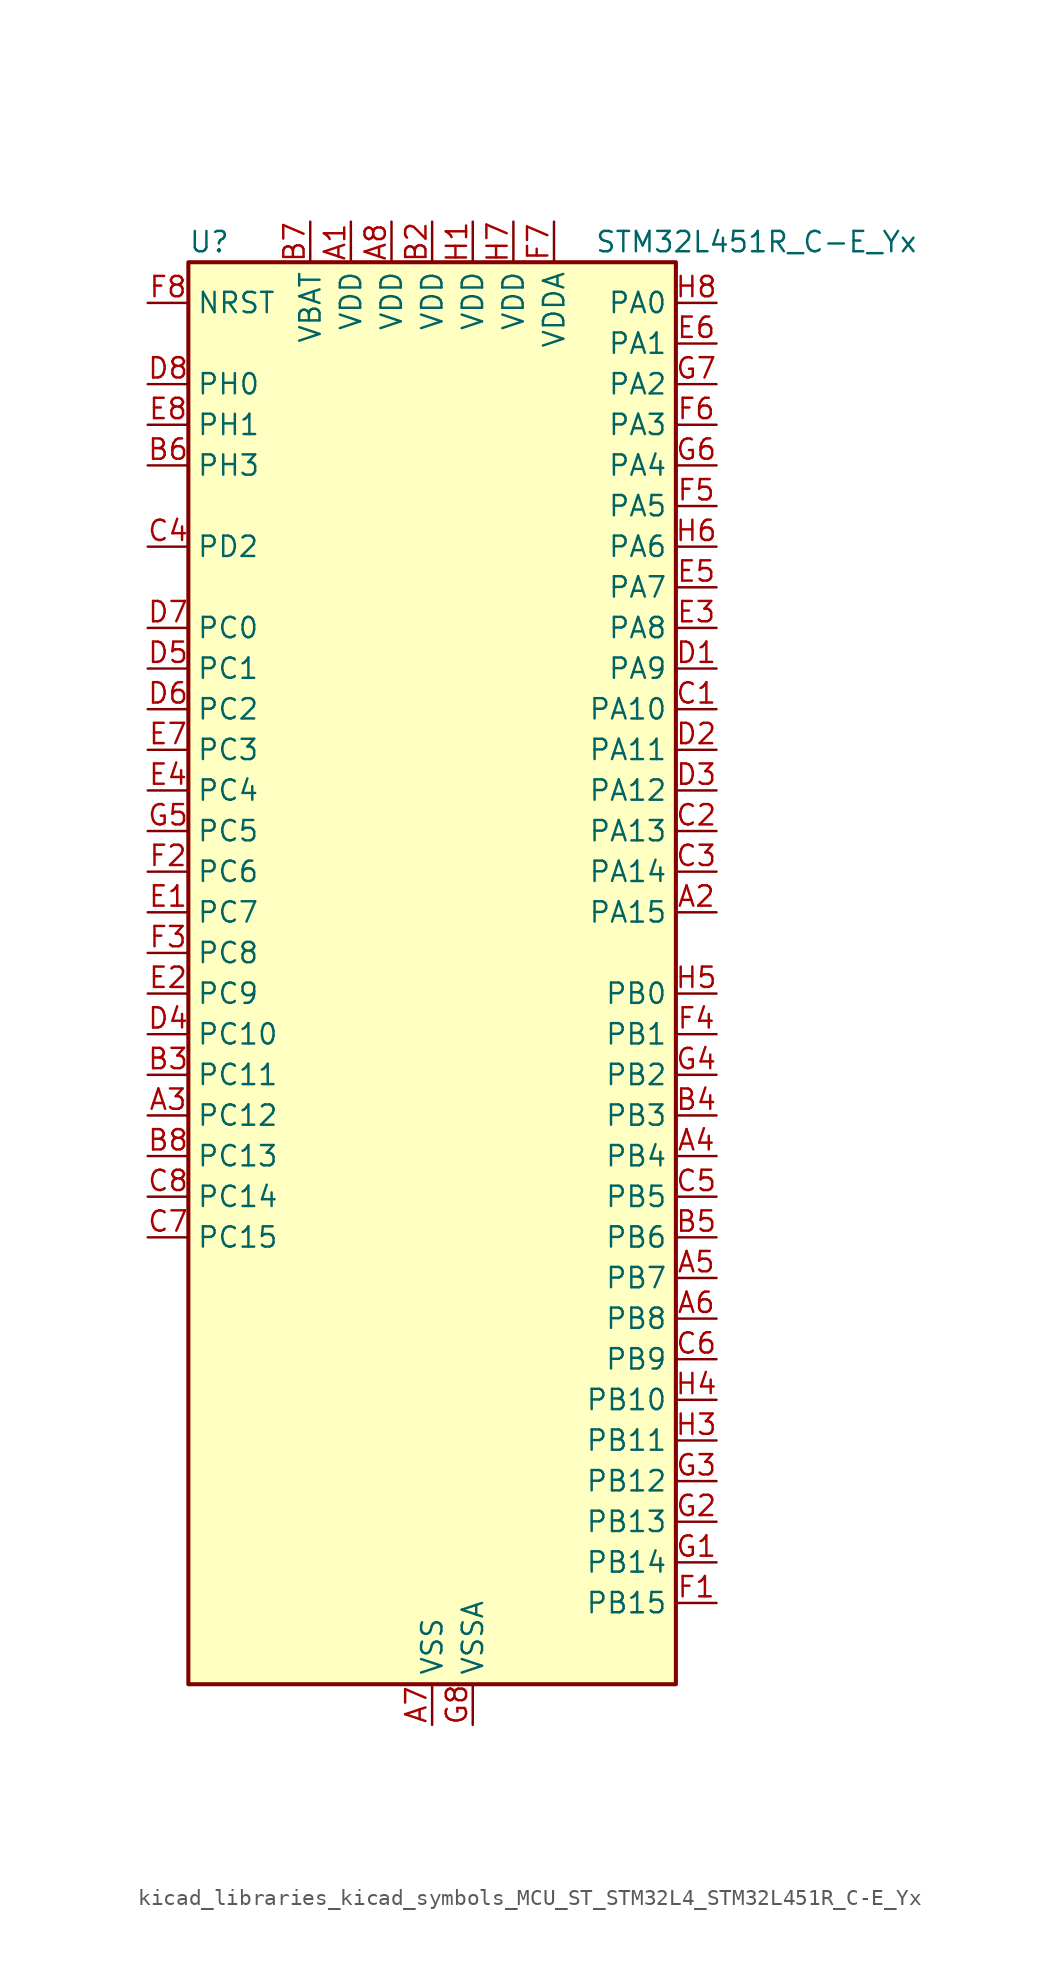
<source format=kicad_sym>
(kicad_symbol_lib
  (version 20220914)
  (generator kicad_symbol_editor)
  (symbol "kicad_libraries_kicad_symbols_MCU_ST_STM32L4_STM32L451R_C-E_Yx"
    (property "Reference" "U"
      (at -15.24 46.99 0)
      (effects (font (size 1.27 1.27)) (justify left)))
    (property "Value" "STM32L451R_C-E_Yx"
      (at 10.16 46.99 0)
      (effects (font (size 1.27 1.27)) (justify left)))
    (property "ki_locked" ""
      (at 0 0 0)
      (effects (font (size 1.27 1.27))))
    (symbol "kicad_libraries_kicad_symbols_MCU_ST_STM32L4_STM32L451R_C-E_Yx_0_1"
      (rectangle (start -15.24 -43.18) (end 15.24 45.72) (stroke (width 0.254) (type default)) (fill (type background))))
    (symbol "kicad_libraries_kicad_symbols_MCU_ST_STM32L4_STM32L451R_C-E_Yx_1_1"
      (pin power_in line (at -5.08 48.26 270) (length 2.54) (name "VDD" (effects (font (size 1.27 1.27)))) (number "A1" (effects (font (size 1.27 1.27)))))
      (pin bidirectional line (at 17.78 5.08 180) (length 2.54) (name "PA15" (effects (font (size 1.27 1.27)))) (number "A2" (effects (font (size 1.27 1.27)))) (alternate "ADC1_EXTI15" bidirectional line) (alternate "SPI1_NSS" bidirectional line) (alternate "SPI3_NSS" bidirectional line) (alternate "SYS_JTDI" bidirectional line) (alternate "TIM2_CH1" bidirectional line) (alternate "TIM2_ETR" bidirectional line) (alternate "TSC_G3_IO1" bidirectional line) (alternate "UART4_DE" bidirectional line) (alternate "UART4_RTS" bidirectional line) (alternate "USART2_RX" bidirectional line) (alternate "USART3_DE" bidirectional line) (alternate "USART3_RTS" bidirectional line))
      (pin bidirectional line (at -17.78 -7.62 0) (length 2.54) (name "PC12" (effects (font (size 1.27 1.27)))) (number "A3" (effects (font (size 1.27 1.27)))) (alternate "SDMMC1_CK" bidirectional line) (alternate "SPI3_MOSI" bidirectional line) (alternate "SYS_TRACED3" bidirectional line) (alternate "TSC_G3_IO4" bidirectional line) (alternate "USART3_CK" bidirectional line))
      (pin bidirectional line (at 17.78 -10.16 180) (length 2.54) (name "PB4" (effects (font (size 1.27 1.27)))) (number "A4" (effects (font (size 1.27 1.27)))) (alternate "COMP2_INP" bidirectional line) (alternate "I2C3_SDA" bidirectional line) (alternate "SAI1_MCLK_B" bidirectional line) (alternate "SPI1_MISO" bidirectional line) (alternate "SPI3_MISO" bidirectional line) (alternate "SYS_JTRST" bidirectional line) (alternate "TIM3_CH1" bidirectional line) (alternate "TSC_G2_IO1" bidirectional line) (alternate "USART1_CTS" bidirectional line))
      (pin bidirectional line (at 17.78 -17.78 180) (length 2.54) (name "PB7" (effects (font (size 1.27 1.27)))) (number "A5" (effects (font (size 1.27 1.27)))) (alternate "COMP2_INM" bidirectional line) (alternate "I2C1_SDA" bidirectional line) (alternate "I2C4_SDA" bidirectional line) (alternate "LPTIM1_IN2" bidirectional line) (alternate "SYS_PVD_IN" bidirectional line) (alternate "TSC_G2_IO4" bidirectional line) (alternate "UART4_CTS" bidirectional line) (alternate "USART1_RX" bidirectional line))
      (pin bidirectional line (at 17.78 -20.32 180) (length 2.54) (name "PB8" (effects (font (size 1.27 1.27)))) (number "A6" (effects (font (size 1.27 1.27)))) (alternate "CAN1_RX" bidirectional line) (alternate "I2C1_SCL" bidirectional line) (alternate "SAI1_MCLK_A" bidirectional line) (alternate "SDMMC1_D4" bidirectional line) (alternate "TIM16_CH1" bidirectional line))
      (pin power_in line (at 0 -45.72 90) (length 2.54) (name "VSS" (effects (font (size 1.27 1.27)))) (number "A7" (effects (font (size 1.27 1.27)))))
      (pin power_in line (at -2.54 48.26 270) (length 2.54) (name "VDD" (effects (font (size 1.27 1.27)))) (number "A8" (effects (font (size 1.27 1.27)))))
      (pin passive line (at 0 -45.72 90) (length 2.54) hide (name "VSS" (effects (font (size 1.27 1.27)))) (number "B1" (effects (font (size 1.27 1.27)))))
      (pin power_in line (at 0 48.26 270) (length 2.54) (name "VDD" (effects (font (size 1.27 1.27)))) (number "B2" (effects (font (size 1.27 1.27)))))
      (pin bidirectional line (at -17.78 -5.08 0) (length 2.54) (name "PC11" (effects (font (size 1.27 1.27)))) (number "B3" (effects (font (size 1.27 1.27)))) (alternate "ADC1_EXTI11" bidirectional line) (alternate "SDMMC1_D3" bidirectional line) (alternate "SPI3_MISO" bidirectional line) (alternate "TSC_G3_IO3" bidirectional line) (alternate "UART4_RX" bidirectional line) (alternate "USART3_RX" bidirectional line))
      (pin bidirectional line (at 17.78 -7.62 180) (length 2.54) (name "PB3" (effects (font (size 1.27 1.27)))) (number "B4" (effects (font (size 1.27 1.27)))) (alternate "COMP2_INM" bidirectional line) (alternate "SAI1_SCK_B" bidirectional line) (alternate "SPI1_SCK" bidirectional line) (alternate "SPI3_SCK" bidirectional line) (alternate "SYS_JTDO-SWO" bidirectional line) (alternate "TIM2_CH2" bidirectional line) (alternate "USART1_DE" bidirectional line) (alternate "USART1_RTS" bidirectional line))
      (pin bidirectional line (at 17.78 -15.24 180) (length 2.54) (name "PB6" (effects (font (size 1.27 1.27)))) (number "B5" (effects (font (size 1.27 1.27)))) (alternate "CAN1_TX" bidirectional line) (alternate "COMP2_INP" bidirectional line) (alternate "I2C1_SCL" bidirectional line) (alternate "I2C4_SCL" bidirectional line) (alternate "LPTIM1_ETR" bidirectional line) (alternate "SAI1_FS_B" bidirectional line) (alternate "TIM16_CH1N" bidirectional line) (alternate "TSC_G2_IO3" bidirectional line) (alternate "USART1_TX" bidirectional line))
      (pin bidirectional line (at -17.78 33.02 0) (length 2.54) (name "PH3" (effects (font (size 1.27 1.27)))) (number "B6" (effects (font (size 1.27 1.27)))))
      (pin power_in line (at -7.62 48.26 270) (length 2.54) (name "VBAT" (effects (font (size 1.27 1.27)))) (number "B7" (effects (font (size 1.27 1.27)))))
      (pin bidirectional line (at -17.78 -10.16 0) (length 2.54) (name "PC13" (effects (font (size 1.27 1.27)))) (number "B8" (effects (font (size 1.27 1.27)))) (alternate "RTC_OUT_ALARM" bidirectional line) (alternate "RTC_OUT_CALIB" bidirectional line) (alternate "RTC_TAMP1" bidirectional line) (alternate "RTC_TS" bidirectional line) (alternate "SYS_WKUP2" bidirectional line))
      (pin bidirectional line (at 17.78 17.78 180) (length 2.54) (name "PA10" (effects (font (size 1.27 1.27)))) (number "C1" (effects (font (size 1.27 1.27)))) (alternate "I2C1_SDA" bidirectional line) (alternate "SAI1_SD_A" bidirectional line) (alternate "TIM1_CH3" bidirectional line) (alternate "USART1_RX" bidirectional line))
      (pin bidirectional line (at 17.78 10.16 180) (length 2.54) (name "PA13" (effects (font (size 1.27 1.27)))) (number "C2" (effects (font (size 1.27 1.27)))) (alternate "IR_OUT" bidirectional line) (alternate "SAI1_SD_B" bidirectional line) (alternate "SYS_JTMS-SWDIO" bidirectional line))
      (pin bidirectional line (at 17.78 7.62 180) (length 2.54) (name "PA14" (effects (font (size 1.27 1.27)))) (number "C3" (effects (font (size 1.27 1.27)))) (alternate "I2C1_SMBA" bidirectional line) (alternate "I2C4_SMBA" bidirectional line) (alternate "LPTIM1_OUT" bidirectional line) (alternate "SAI1_FS_B" bidirectional line) (alternate "SYS_JTCK-SWCLK" bidirectional line))
      (pin bidirectional line (at -17.78 27.94 0) (length 2.54) (name "PD2" (effects (font (size 1.27 1.27)))) (number "C4" (effects (font (size 1.27 1.27)))) (alternate "SDMMC1_CMD" bidirectional line) (alternate "SYS_TRACED2" bidirectional line) (alternate "TIM3_ETR" bidirectional line) (alternate "TSC_SYNC" bidirectional line) (alternate "USART3_DE" bidirectional line) (alternate "USART3_RTS" bidirectional line))
      (pin bidirectional line (at 17.78 -12.7 180) (length 2.54) (name "PB5" (effects (font (size 1.27 1.27)))) (number "C5" (effects (font (size 1.27 1.27)))) (alternate "CAN1_RX" bidirectional line) (alternate "COMP2_OUT" bidirectional line) (alternate "I2C1_SMBA" bidirectional line) (alternate "LPTIM1_IN1" bidirectional line) (alternate "SAI1_SD_B" bidirectional line) (alternate "SPI1_MOSI" bidirectional line) (alternate "SPI3_MOSI" bidirectional line) (alternate "TIM16_BKIN" bidirectional line) (alternate "TIM3_CH2" bidirectional line) (alternate "TSC_G2_IO2" bidirectional line) (alternate "USART1_CK" bidirectional line))
      (pin bidirectional line (at 17.78 -22.86 180) (length 2.54) (name "PB9" (effects (font (size 1.27 1.27)))) (number "C6" (effects (font (size 1.27 1.27)))) (alternate "CAN1_TX" bidirectional line) (alternate "DAC1_EXTI9" bidirectional line) (alternate "I2C1_SDA" bidirectional line) (alternate "IR_OUT" bidirectional line) (alternate "SAI1_FS_A" bidirectional line) (alternate "SDMMC1_D5" bidirectional line) (alternate "SPI2_NSS" bidirectional line))
      (pin bidirectional line (at -17.78 -15.24 0) (length 2.54) (name "PC15" (effects (font (size 1.27 1.27)))) (number "C7" (effects (font (size 1.27 1.27)))) (alternate "ADC1_EXTI15" bidirectional line) (alternate "RCC_OSC32_OUT" bidirectional line))
      (pin bidirectional line (at -17.78 -12.7 0) (length 2.54) (name "PC14" (effects (font (size 1.27 1.27)))) (number "C8" (effects (font (size 1.27 1.27)))) (alternate "RCC_OSC32_IN" bidirectional line))
      (pin bidirectional line (at 17.78 20.32 180) (length 2.54) (name "PA9" (effects (font (size 1.27 1.27)))) (number "D1" (effects (font (size 1.27 1.27)))) (alternate "DAC1_EXTI9" bidirectional line) (alternate "DFSDM1_DATIN1" bidirectional line) (alternate "I2C1_SCL" bidirectional line) (alternate "SAI1_FS_A" bidirectional line) (alternate "TIM15_BKIN" bidirectional line) (alternate "TIM1_CH2" bidirectional line) (alternate "USART1_TX" bidirectional line))
      (pin bidirectional line (at 17.78 15.24 180) (length 2.54) (name "PA11" (effects (font (size 1.27 1.27)))) (number "D2" (effects (font (size 1.27 1.27)))) (alternate "ADC1_EXTI11" bidirectional line) (alternate "CAN1_RX" bidirectional line) (alternate "COMP1_OUT" bidirectional line) (alternate "SPI1_MISO" bidirectional line) (alternate "TIM1_BKIN2" bidirectional line) (alternate "TIM1_BKIN2_COMP1" bidirectional line) (alternate "TIM1_CH4" bidirectional line) (alternate "USART1_CTS" bidirectional line))
      (pin bidirectional line (at 17.78 12.7 180) (length 2.54) (name "PA12" (effects (font (size 1.27 1.27)))) (number "D3" (effects (font (size 1.27 1.27)))) (alternate "CAN1_TX" bidirectional line) (alternate "SPI1_MOSI" bidirectional line) (alternate "TIM1_ETR" bidirectional line) (alternate "USART1_DE" bidirectional line) (alternate "USART1_RTS" bidirectional line))
      (pin bidirectional line (at -17.78 -2.54 0) (length 2.54) (name "PC10" (effects (font (size 1.27 1.27)))) (number "D4" (effects (font (size 1.27 1.27)))) (alternate "SDMMC1_D2" bidirectional line) (alternate "SPI3_SCK" bidirectional line) (alternate "SYS_TRACED1" bidirectional line) (alternate "TSC_G3_IO2" bidirectional line) (alternate "UART4_TX" bidirectional line) (alternate "USART3_TX" bidirectional line))
      (pin bidirectional line (at -17.78 20.32 0) (length 2.54) (name "PC1" (effects (font (size 1.27 1.27)))) (number "D5" (effects (font (size 1.27 1.27)))) (alternate "ADC1_IN2" bidirectional line) (alternate "I2C3_SDA" bidirectional line) (alternate "I2C4_SDA" bidirectional line) (alternate "LPTIM1_OUT" bidirectional line) (alternate "LPUART1_TX" bidirectional line) (alternate "SYS_TRACED0" bidirectional line))
      (pin bidirectional line (at -17.78 17.78 0) (length 2.54) (name "PC2" (effects (font (size 1.27 1.27)))) (number "D6" (effects (font (size 1.27 1.27)))) (alternate "ADC1_IN3" bidirectional line) (alternate "DFSDM1_CKOUT" bidirectional line) (alternate "LPTIM1_IN2" bidirectional line) (alternate "SPI2_MISO" bidirectional line))
      (pin bidirectional line (at -17.78 22.86 0) (length 2.54) (name "PC0" (effects (font (size 1.27 1.27)))) (number "D7" (effects (font (size 1.27 1.27)))) (alternate "ADC1_IN1" bidirectional line) (alternate "I2C3_SCL" bidirectional line) (alternate "I2C4_SCL" bidirectional line) (alternate "LPTIM1_IN1" bidirectional line) (alternate "LPTIM2_IN1" bidirectional line) (alternate "LPUART1_RX" bidirectional line))
      (pin bidirectional line (at -17.78 38.1 0) (length 2.54) (name "PH0" (effects (font (size 1.27 1.27)))) (number "D8" (effects (font (size 1.27 1.27)))) (alternate "RCC_OSC_IN" bidirectional line))
      (pin bidirectional line (at -17.78 5.08 0) (length 2.54) (name "PC7" (effects (font (size 1.27 1.27)))) (number "E1" (effects (font (size 1.27 1.27)))) (alternate "DFSDM1_DATIN3" bidirectional line) (alternate "SDMMC1_D7" bidirectional line) (alternate "TIM3_CH2" bidirectional line) (alternate "TSC_G4_IO2" bidirectional line))
      (pin bidirectional line (at -17.78 0 0) (length 2.54) (name "PC9" (effects (font (size 1.27 1.27)))) (number "E2" (effects (font (size 1.27 1.27)))) (alternate "DAC1_EXTI9" bidirectional line) (alternate "SDMMC1_D1" bidirectional line) (alternate "TIM3_CH4" bidirectional line) (alternate "TSC_G4_IO4" bidirectional line))
      (pin bidirectional line (at 17.78 22.86 180) (length 2.54) (name "PA8" (effects (font (size 1.27 1.27)))) (number "E3" (effects (font (size 1.27 1.27)))) (alternate "DFSDM1_CKIN1" bidirectional line) (alternate "LPTIM2_OUT" bidirectional line) (alternate "RCC_MCO" bidirectional line) (alternate "SAI1_SCK_A" bidirectional line) (alternate "TIM1_CH1" bidirectional line) (alternate "USART1_CK" bidirectional line))
      (pin bidirectional line (at -17.78 12.7 0) (length 2.54) (name "PC4" (effects (font (size 1.27 1.27)))) (number "E4" (effects (font (size 1.27 1.27)))) (alternate "ADC1_IN13" bidirectional line) (alternate "COMP1_INM" bidirectional line) (alternate "USART3_TX" bidirectional line))
      (pin bidirectional line (at 17.78 25.4 180) (length 2.54) (name "PA7" (effects (font (size 1.27 1.27)))) (number "E5" (effects (font (size 1.27 1.27)))) (alternate "ADC1_IN12" bidirectional line) (alternate "COMP2_OUT" bidirectional line) (alternate "DFSDM1_DATIN0" bidirectional line) (alternate "I2C3_SCL" bidirectional line) (alternate "QUADSPI_BK1_IO2" bidirectional line) (alternate "SPI1_MOSI" bidirectional line) (alternate "TIM1_CH1N" bidirectional line) (alternate "TIM3_CH2" bidirectional line))
      (pin bidirectional line (at 17.78 40.64 180) (length 2.54) (name "PA1" (effects (font (size 1.27 1.27)))) (number "E6" (effects (font (size 1.27 1.27)))) (alternate "ADC1_IN6" bidirectional line) (alternate "COMP1_INP" bidirectional line) (alternate "I2C1_SMBA" bidirectional line) (alternate "OPAMP1_VINM" bidirectional line) (alternate "SPI1_SCK" bidirectional line) (alternate "TIM15_CH1N" bidirectional line) (alternate "TIM2_CH2" bidirectional line) (alternate "UART4_RX" bidirectional line) (alternate "USART2_DE" bidirectional line) (alternate "USART2_RTS" bidirectional line))
      (pin bidirectional line (at -17.78 15.24 0) (length 2.54) (name "PC3" (effects (font (size 1.27 1.27)))) (number "E7" (effects (font (size 1.27 1.27)))) (alternate "ADC1_IN4" bidirectional line) (alternate "LPTIM1_ETR" bidirectional line) (alternate "LPTIM2_ETR" bidirectional line) (alternate "SAI1_SD_A" bidirectional line) (alternate "SPI2_MOSI" bidirectional line))
      (pin bidirectional line (at -17.78 35.56 0) (length 2.54) (name "PH1" (effects (font (size 1.27 1.27)))) (number "E8" (effects (font (size 1.27 1.27)))) (alternate "RCC_OSC_OUT" bidirectional line))
      (pin bidirectional line (at 17.78 -38.1 180) (length 2.54) (name "PB15" (effects (font (size 1.27 1.27)))) (number "F1" (effects (font (size 1.27 1.27)))) (alternate "ADC1_EXTI15" bidirectional line) (alternate "DFSDM1_CKIN2" bidirectional line) (alternate "RTC_REFIN" bidirectional line) (alternate "SAI1_SD_A" bidirectional line) (alternate "SPI2_MOSI" bidirectional line) (alternate "TIM15_CH2" bidirectional line) (alternate "TIM1_CH3N" bidirectional line) (alternate "TSC_G1_IO4" bidirectional line))
      (pin bidirectional line (at -17.78 7.62 0) (length 2.54) (name "PC6" (effects (font (size 1.27 1.27)))) (number "F2" (effects (font (size 1.27 1.27)))) (alternate "DFSDM1_CKIN3" bidirectional line) (alternate "SDMMC1_D6" bidirectional line) (alternate "TIM3_CH1" bidirectional line) (alternate "TSC_G4_IO1" bidirectional line))
      (pin bidirectional line (at -17.78 2.54 0) (length 2.54) (name "PC8" (effects (font (size 1.27 1.27)))) (number "F3" (effects (font (size 1.27 1.27)))) (alternate "SDMMC1_D0" bidirectional line) (alternate "TIM3_CH3" bidirectional line) (alternate "TSC_G4_IO3" bidirectional line))
      (pin bidirectional line (at 17.78 -2.54 180) (length 2.54) (name "PB1" (effects (font (size 1.27 1.27)))) (number "F4" (effects (font (size 1.27 1.27)))) (alternate "ADC1_IN16" bidirectional line) (alternate "COMP1_INM" bidirectional line) (alternate "DFSDM1_DATIN0" bidirectional line) (alternate "LPTIM2_IN1" bidirectional line) (alternate "LPUART1_DE" bidirectional line) (alternate "LPUART1_RTS" bidirectional line) (alternate "QUADSPI_BK1_IO0" bidirectional line) (alternate "TIM1_CH3N" bidirectional line) (alternate "TIM3_CH4" bidirectional line) (alternate "USART3_DE" bidirectional line) (alternate "USART3_RTS" bidirectional line))
      (pin bidirectional line (at 17.78 30.48 180) (length 2.54) (name "PA5" (effects (font (size 1.27 1.27)))) (number "F5" (effects (font (size 1.27 1.27)))) (alternate "ADC1_IN10" bidirectional line) (alternate "COMP1_INM" bidirectional line) (alternate "COMP2_INM" bidirectional line) (alternate "DFSDM1_CKOUT" bidirectional line) (alternate "LPTIM2_ETR" bidirectional line) (alternate "SPI1_SCK" bidirectional line) (alternate "TIM2_CH1" bidirectional line) (alternate "TIM2_ETR" bidirectional line))
      (pin bidirectional line (at 17.78 35.56 180) (length 2.54) (name "PA3" (effects (font (size 1.27 1.27)))) (number "F6" (effects (font (size 1.27 1.27)))) (alternate "ADC1_IN8" bidirectional line) (alternate "COMP2_INP" bidirectional line) (alternate "LPUART1_RX" bidirectional line) (alternate "OPAMP1_VOUT" bidirectional line) (alternate "QUADSPI_CLK" bidirectional line) (alternate "SAI1_MCLK_A" bidirectional line) (alternate "TIM15_CH2" bidirectional line) (alternate "TIM2_CH4" bidirectional line) (alternate "USART2_RX" bidirectional line))
      (pin power_in line (at 7.62 48.26 270) (length 2.54) (name "VDDA" (effects (font (size 1.27 1.27)))) (number "F7" (effects (font (size 1.27 1.27)))))
      (pin input line (at -17.78 43.18 0) (length 2.54) (name "NRST" (effects (font (size 1.27 1.27)))) (number "F8" (effects (font (size 1.27 1.27)))))
      (pin bidirectional line (at 17.78 -35.56 180) (length 2.54) (name "PB14" (effects (font (size 1.27 1.27)))) (number "G1" (effects (font (size 1.27 1.27)))) (alternate "DFSDM1_DATIN2" bidirectional line) (alternate "I2C2_SDA" bidirectional line) (alternate "SAI1_MCLK_A" bidirectional line) (alternate "SPI2_MISO" bidirectional line) (alternate "TIM15_CH1" bidirectional line) (alternate "TIM1_CH2N" bidirectional line) (alternate "TSC_G1_IO3" bidirectional line) (alternate "USART3_DE" bidirectional line) (alternate "USART3_RTS" bidirectional line))
      (pin bidirectional line (at 17.78 -33.02 180) (length 2.54) (name "PB13" (effects (font (size 1.27 1.27)))) (number "G2" (effects (font (size 1.27 1.27)))) (alternate "CAN1_TX" bidirectional line) (alternate "DFSDM1_CKIN1" bidirectional line) (alternate "I2C2_SCL" bidirectional line) (alternate "LPUART1_CTS" bidirectional line) (alternate "SAI1_SCK_A" bidirectional line) (alternate "SPI2_SCK" bidirectional line) (alternate "TIM15_CH1N" bidirectional line) (alternate "TIM1_CH1N" bidirectional line) (alternate "TSC_G1_IO2" bidirectional line) (alternate "USART3_CTS" bidirectional line))
      (pin bidirectional line (at 17.78 -30.48 180) (length 2.54) (name "PB12" (effects (font (size 1.27 1.27)))) (number "G3" (effects (font (size 1.27 1.27)))) (alternate "CAN1_RX" bidirectional line) (alternate "DFSDM1_DATIN1" bidirectional line) (alternate "I2C2_SMBA" bidirectional line) (alternate "LPUART1_DE" bidirectional line) (alternate "LPUART1_RTS" bidirectional line) (alternate "SAI1_FS_A" bidirectional line) (alternate "SPI2_NSS" bidirectional line) (alternate "TIM15_BKIN" bidirectional line) (alternate "TIM1_BKIN" bidirectional line) (alternate "TIM1_BKIN_COMP2" bidirectional line) (alternate "TSC_G1_IO1" bidirectional line) (alternate "USART3_CK" bidirectional line))
      (pin bidirectional line (at 17.78 -5.08 180) (length 2.54) (name "PB2" (effects (font (size 1.27 1.27)))) (number "G4" (effects (font (size 1.27 1.27)))) (alternate "COMP1_INP" bidirectional line) (alternate "DFSDM1_CKIN0" bidirectional line) (alternate "I2C3_SMBA" bidirectional line) (alternate "LPTIM1_OUT" bidirectional line) (alternate "RTC_OUT_ALARM" bidirectional line) (alternate "RTC_OUT_CALIB" bidirectional line))
      (pin bidirectional line (at -17.78 10.16 0) (length 2.54) (name "PC5" (effects (font (size 1.27 1.27)))) (number "G5" (effects (font (size 1.27 1.27)))) (alternate "ADC1_IN14" bidirectional line) (alternate "COMP1_INP" bidirectional line) (alternate "SYS_WKUP5" bidirectional line) (alternate "USART3_RX" bidirectional line))
      (pin bidirectional line (at 17.78 33.02 180) (length 2.54) (name "PA4" (effects (font (size 1.27 1.27)))) (number "G6" (effects (font (size 1.27 1.27)))) (alternate "ADC1_IN9" bidirectional line) (alternate "COMP1_INM" bidirectional line) (alternate "COMP2_INM" bidirectional line) (alternate "DAC1_OUT1" bidirectional line) (alternate "LPTIM2_OUT" bidirectional line) (alternate "SAI1_FS_B" bidirectional line) (alternate "SPI1_NSS" bidirectional line) (alternate "SPI3_NSS" bidirectional line) (alternate "USART2_CK" bidirectional line))
      (pin bidirectional line (at 17.78 38.1 180) (length 2.54) (name "PA2" (effects (font (size 1.27 1.27)))) (number "G7" (effects (font (size 1.27 1.27)))) (alternate "ADC1_IN7" bidirectional line) (alternate "COMP2_INM" bidirectional line) (alternate "COMP2_OUT" bidirectional line) (alternate "LPUART1_TX" bidirectional line) (alternate "QUADSPI_BK1_NCS" bidirectional line) (alternate "RCC_LSCO" bidirectional line) (alternate "SYS_WKUP4" bidirectional line) (alternate "TIM15_CH1" bidirectional line) (alternate "TIM2_CH3" bidirectional line) (alternate "USART2_TX" bidirectional line))
      (pin power_in line (at 2.54 -45.72 90) (length 2.54) (name "VSSA" (effects (font (size 1.27 1.27)))) (number "G8" (effects (font (size 1.27 1.27)))))
      (pin power_in line (at 2.54 48.26 270) (length 2.54) (name "VDD" (effects (font (size 1.27 1.27)))) (number "H1" (effects (font (size 1.27 1.27)))))
      (pin passive line (at 0 -45.72 90) (length 2.54) hide (name "VSS" (effects (font (size 1.27 1.27)))) (number "H2" (effects (font (size 1.27 1.27)))))
      (pin bidirectional line (at 17.78 -27.94 180) (length 2.54) (name "PB11" (effects (font (size 1.27 1.27)))) (number "H3" (effects (font (size 1.27 1.27)))) (alternate "ADC1_EXTI11" bidirectional line) (alternate "COMP2_OUT" bidirectional line) (alternate "I2C2_SDA" bidirectional line) (alternate "I2C4_SDA" bidirectional line) (alternate "LPUART1_TX" bidirectional line) (alternate "QUADSPI_BK1_NCS" bidirectional line) (alternate "TIM2_CH4" bidirectional line) (alternate "USART3_RX" bidirectional line))
      (pin bidirectional line (at 17.78 -25.4 180) (length 2.54) (name "PB10" (effects (font (size 1.27 1.27)))) (number "H4" (effects (font (size 1.27 1.27)))) (alternate "COMP1_OUT" bidirectional line) (alternate "I2C2_SCL" bidirectional line) (alternate "I2C4_SCL" bidirectional line) (alternate "LPUART1_RX" bidirectional line) (alternate "QUADSPI_CLK" bidirectional line) (alternate "SAI1_SCK_A" bidirectional line) (alternate "SPI2_SCK" bidirectional line) (alternate "TIM2_CH3" bidirectional line) (alternate "TSC_SYNC" bidirectional line) (alternate "USART3_TX" bidirectional line))
      (pin bidirectional line (at 17.78 0 180) (length 2.54) (name "PB0" (effects (font (size 1.27 1.27)))) (number "H5" (effects (font (size 1.27 1.27)))) (alternate "ADC1_IN15" bidirectional line) (alternate "COMP1_OUT" bidirectional line) (alternate "DFSDM1_CKIN0" bidirectional line) (alternate "QUADSPI_BK1_IO1" bidirectional line) (alternate "SAI1_EXTCLK" bidirectional line) (alternate "SPI1_NSS" bidirectional line) (alternate "TIM1_CH2N" bidirectional line) (alternate "TIM3_CH3" bidirectional line) (alternate "USART3_CK" bidirectional line))
      (pin bidirectional line (at 17.78 27.94 180) (length 2.54) (name "PA6" (effects (font (size 1.27 1.27)))) (number "H6" (effects (font (size 1.27 1.27)))) (alternate "ADC1_IN11" bidirectional line) (alternate "COMP1_OUT" bidirectional line) (alternate "LPUART1_CTS" bidirectional line) (alternate "QUADSPI_BK1_IO3" bidirectional line) (alternate "SPI1_MISO" bidirectional line) (alternate "TIM16_CH1" bidirectional line) (alternate "TIM1_BKIN" bidirectional line) (alternate "TIM1_BKIN_COMP2" bidirectional line) (alternate "TIM3_CH1" bidirectional line) (alternate "USART3_CTS" bidirectional line))
      (pin power_in line (at 5.08 48.26 270) (length 2.54) (name "VDD" (effects (font (size 1.27 1.27)))) (number "H7" (effects (font (size 1.27 1.27)))))
      (pin bidirectional line (at 17.78 43.18 180) (length 2.54) (name "PA0" (effects (font (size 1.27 1.27)))) (number "H8" (effects (font (size 1.27 1.27)))) (alternate "ADC1_IN5" bidirectional line) (alternate "COMP1_INM" bidirectional line) (alternate "COMP1_OUT" bidirectional line) (alternate "OPAMP1_VINP" bidirectional line) (alternate "RTC_TAMP2" bidirectional line) (alternate "SAI1_EXTCLK" bidirectional line) (alternate "SYS_WKUP1" bidirectional line) (alternate "TIM2_CH1" bidirectional line) (alternate "TIM2_ETR" bidirectional line) (alternate "UART4_TX" bidirectional line) (alternate "USART2_CTS" bidirectional line)))))
</source>
